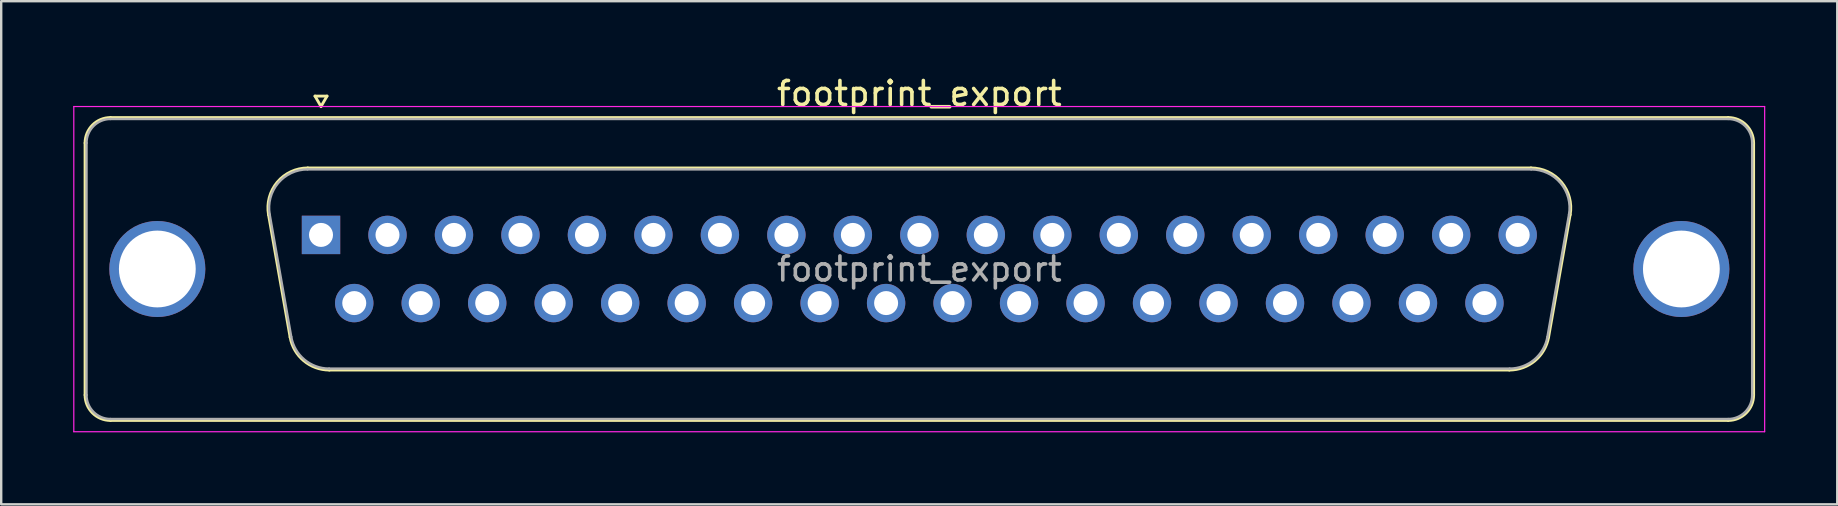
<source format=kicad_pcb>
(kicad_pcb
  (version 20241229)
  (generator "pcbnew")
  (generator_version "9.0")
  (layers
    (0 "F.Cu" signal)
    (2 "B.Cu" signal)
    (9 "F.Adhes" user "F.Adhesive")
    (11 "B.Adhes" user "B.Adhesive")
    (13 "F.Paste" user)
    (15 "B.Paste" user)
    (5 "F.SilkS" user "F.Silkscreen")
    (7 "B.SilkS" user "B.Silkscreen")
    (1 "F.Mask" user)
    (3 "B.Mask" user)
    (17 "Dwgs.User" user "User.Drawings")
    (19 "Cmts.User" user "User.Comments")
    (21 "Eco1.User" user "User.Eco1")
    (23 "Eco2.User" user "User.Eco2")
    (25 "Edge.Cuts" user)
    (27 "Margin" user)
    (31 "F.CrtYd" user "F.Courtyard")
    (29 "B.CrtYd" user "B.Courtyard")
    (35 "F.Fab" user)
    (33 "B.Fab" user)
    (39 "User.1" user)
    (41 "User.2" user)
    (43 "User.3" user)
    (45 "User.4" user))
  (footprint "footprint_export"
    (layer "F.Cu")
    (at 10.325 6.738)
    (property "Reference" "footprint_export" (at 24.93 -5.89 0) (layer "F.SilkS") (effects (font (size 1 1) (thickness 0.15))))
    (attr through_hole)
    (fp_line (start -9.83 6.67) (end -9.83 -3.83) (stroke (width 0.12) (type solid)) (layer "F.SilkS"))
    (fp_line (start -8.77 -4.89) (end 58.63 -4.89) (stroke (width 0.12) (type solid)) (layer "F.SilkS"))
    (fp_line (start -2.186 -0.842) (end -1.287 4.258) (stroke (width 0.12) (type solid)) (layer "F.SilkS"))
    (fp_line (start -0.552 -2.79) (end 50.412 -2.79) (stroke (width 0.12) (type solid)) (layer "F.SilkS"))
    (fp_line (start -0.25 -5.784) (end 0.25 -5.784) (stroke (width 0.12) (type solid)) (layer "F.SilkS"))
    (fp_line (start 0 -5.351) (end -0.25 -5.784) (stroke (width 0.12) (type solid)) (layer "F.SilkS"))
    (fp_line (start 0.25 -5.784) (end 0 -5.351) (stroke (width 0.12) (type solid)) (layer "F.SilkS"))
    (fp_line (start 0.348 5.63) (end 49.512 5.63) (stroke (width 0.12) (type solid)) (layer "F.SilkS"))
    (fp_line (start 52.046 -0.842) (end 51.147 4.258) (stroke (width 0.12) (type solid)) (layer "F.SilkS"))
    (fp_line (start 58.63 7.73) (end -8.77 7.73) (stroke (width 0.12) (type solid)) (layer "F.SilkS"))
    (fp_line (start 59.69 -3.83) (end 59.69 6.67) (stroke (width 0.12) (type solid)) (layer "F.SilkS"))
    (fp_arc (start -9.83 -3.83) (mid -9.519533 -4.579533) (end -8.77 -4.89) (stroke (width 0.12) (type solid)) (layer "F.SilkS"))
    (fp_arc (start -8.77 7.73) (mid -9.519533 7.419533) (end -9.83 6.67) (stroke (width 0.12) (type solid)) (layer "F.SilkS"))
    (fp_arc (start -2.18647 -0.841744) (mid -1.823323 -2.197028) (end -0.551689 -2.79) (stroke (width 0.12) (type solid)) (layer "F.SilkS"))
    (fp_arc (start 0.347579 5.63) (mid -0.719448 5.241634) (end -1.287202 4.258256) (stroke (width 0.12) (type solid)) (layer "F.SilkS"))
    (fp_arc (start 50.411689 -2.79) (mid 51.683323 -2.197027) (end 52.04647 -0.841744) (stroke (width 0.12) (type solid)) (layer "F.SilkS"))
    (fp_arc (start 51.147202 4.258256) (mid 50.579449 5.241634) (end 49.512421 5.63) (stroke (width 0.12) (type solid)) (layer "F.SilkS"))
    (fp_arc (start 58.63 -4.89) (mid 59.379533 -4.579533) (end 59.69 -3.83) (stroke (width 0.12) (type solid)) (layer "F.SilkS"))
    (fp_arc (start 59.69 6.67) (mid 59.379533 7.419533) (end 58.63 7.73) (stroke (width 0.12) (type solid)) (layer "F.SilkS"))
    (fp_line (start -10.3 -5.35) (end -10.3 8.2) (stroke (width 0.05) (type solid)) (layer "F.CrtYd"))
    (fp_line (start -10.3 8.2) (end 60.15 8.2) (stroke (width 0.05) (type solid)) (layer "F.CrtYd"))
    (fp_line (start 60.15 -5.35) (end -10.3 -5.35) (stroke (width 0.05) (type solid)) (layer "F.CrtYd"))
    (fp_line (start 60.15 8.2) (end 60.15 -5.35) (stroke (width 0.05) (type solid)) (layer "F.CrtYd"))
    (fp_line (start -9.77 6.67) (end -9.77 -3.83) (stroke (width 0.1) (type solid)) (layer "F.Fab"))
    (fp_line (start -8.77 -4.83) (end 58.63 -4.83) (stroke (width 0.1) (type solid)) (layer "F.Fab"))
    (fp_line (start -2.139 -0.852) (end -1.24 4.248) (stroke (width 0.1) (type solid)) (layer "F.Fab"))
    (fp_line (start -0.563 -2.73) (end 50.423 -2.73) (stroke (width 0.1) (type solid)) (layer "F.Fab"))
    (fp_line (start 0.336 5.57) (end 49.524 5.57) (stroke (width 0.1) (type solid)) (layer "F.Fab"))
    (fp_line (start 51.999 -0.852) (end 51.1 4.248) (stroke (width 0.1) (type solid)) (layer "F.Fab"))
    (fp_line (start 58.63 7.67) (end -8.77 7.67) (stroke (width 0.1) (type solid)) (layer "F.Fab"))
    (fp_line (start 59.63 -3.83) (end 59.63 6.67) (stroke (width 0.1) (type solid)) (layer "F.Fab"))
    (fp_arc (start -9.77 -3.83) (mid -9.477107 -4.537107) (end -8.77 -4.83) (stroke (width 0.1) (type solid)) (layer "F.Fab"))
    (fp_arc (start -8.77 7.67) (mid -9.477107 7.377107) (end -9.77 6.67) (stroke (width 0.1) (type solid)) (layer "F.Fab"))
    (fp_arc (start -2.138886 -0.852163) (mid -1.788865 -2.15846) (end -0.563194 -2.73) (stroke (width 0.1) (type solid)) (layer "F.Fab"))
    (fp_arc (start 0.336073 5.57) (mid -0.692387 5.195671) (end -1.239619 4.247837) (stroke (width 0.1) (type solid)) (layer "F.Fab"))
    (fp_arc (start 50.423194 -2.73) (mid 51.648865 -2.15846) (end 51.998886 -0.852163) (stroke (width 0.1) (type solid)) (layer "F.Fab"))
    (fp_arc (start 51.099619 4.247837) (mid 50.552387 5.195671) (end 49.523927 5.57) (stroke (width 0.1) (type solid)) (layer "F.Fab"))
    (fp_arc (start 58.63 -4.83) (mid 59.337107 -4.537107) (end 59.63 -3.83) (stroke (width 0.1) (type solid)) (layer "F.Fab"))
    (fp_arc (start 59.63 6.67) (mid 59.337107 7.377107) (end 58.63 7.67) (stroke (width 0.1) (type solid)) (layer "F.Fab"))
    (fp_text user "${REFERENCE}" (at 24.93 1.42 0) (layer "F.Fab") (effects (font (size 1 1) (thickness 0.15))))
    (pad "0" thru_hole circle (at -6.82 1.42) (size 4 4) (drill 3.2) (layers "*.Cu" "*.Mask"))
    (pad "0" thru_hole circle (at 56.68 1.42) (size 4 4) (drill 3.2) (layers "*.Cu" "*.Mask"))
    (pad "1" thru_hole rect (at 0 0) (size 1.6 1.6) (drill 1) (layers "*.Cu" "*.Mask"))
    (pad "2" thru_hole circle (at 2.77 0) (size 1.6 1.6) (drill 1) (layers "*.Cu" "*.Mask"))
    (pad "3" thru_hole circle (at 5.54 0) (size 1.6 1.6) (drill 1) (layers "*.Cu" "*.Mask"))
    (pad "4" thru_hole circle (at 8.31 0) (size 1.6 1.6) (drill 1) (layers "*.Cu" "*.Mask"))
    (pad "5" thru_hole circle (at 11.08 0) (size 1.6 1.6) (drill 1) (layers "*.Cu" "*.Mask"))
    (pad "6" thru_hole circle (at 13.85 0) (size 1.6 1.6) (drill 1) (layers "*.Cu" "*.Mask"))
    (pad "7" thru_hole circle (at 16.62 0) (size 1.6 1.6) (drill 1) (layers "*.Cu" "*.Mask"))
    (pad "8" thru_hole circle (at 19.39 0) (size 1.6 1.6) (drill 1) (layers "*.Cu" "*.Mask"))
    (pad "9" thru_hole circle (at 22.16 0) (size 1.6 1.6) (drill 1) (layers "*.Cu" "*.Mask"))
    (pad "10" thru_hole circle (at 24.93 0) (size 1.6 1.6) (drill 1) (layers "*.Cu" "*.Mask"))
    (pad "11" thru_hole circle (at 27.7 0) (size 1.6 1.6) (drill 1) (layers "*.Cu" "*.Mask"))
    (pad "12" thru_hole circle (at 30.47 0) (size 1.6 1.6) (drill 1) (layers "*.Cu" "*.Mask"))
    (pad "13" thru_hole circle (at 33.24 0) (size 1.6 1.6) (drill 1) (layers "*.Cu" "*.Mask"))
    (pad "14" thru_hole circle (at 36.01 0) (size 1.6 1.6) (drill 1) (layers "*.Cu" "*.Mask"))
    (pad "15" thru_hole circle (at 38.78 0) (size 1.6 1.6) (drill 1) (layers "*.Cu" "*.Mask"))
    (pad "16" thru_hole circle (at 41.55 0) (size 1.6 1.6) (drill 1) (layers "*.Cu" "*.Mask"))
    (pad "17" thru_hole circle (at 44.32 0) (size 1.6 1.6) (drill 1) (layers "*.Cu" "*.Mask"))
    (pad "18" thru_hole circle (at 47.09 0) (size 1.6 1.6) (drill 1) (layers "*.Cu" "*.Mask"))
    (pad "19" thru_hole circle (at 49.86 0) (size 1.6 1.6) (drill 1) (layers "*.Cu" "*.Mask"))
    (pad "20" thru_hole circle (at 1.385 2.84) (size 1.6 1.6) (drill 1) (layers "*.Cu" "*.Mask"))
    (pad "21" thru_hole circle (at 4.155 2.84) (size 1.6 1.6) (drill 1) (layers "*.Cu" "*.Mask"))
    (pad "22" thru_hole circle (at 6.925 2.84) (size 1.6 1.6) (drill 1) (layers "*.Cu" "*.Mask"))
    (pad "23" thru_hole circle (at 9.695 2.84) (size 1.6 1.6) (drill 1) (layers "*.Cu" "*.Mask"))
    (pad "24" thru_hole circle (at 12.465 2.84) (size 1.6 1.6) (drill 1) (layers "*.Cu" "*.Mask"))
    (pad "25" thru_hole circle (at 15.235 2.84) (size 1.6 1.6) (drill 1) (layers "*.Cu" "*.Mask"))
    (pad "26" thru_hole circle (at 18.005 2.84) (size 1.6 1.6) (drill 1) (layers "*.Cu" "*.Mask"))
    (pad "27" thru_hole circle (at 20.775 2.84) (size 1.6 1.6) (drill 1) (layers "*.Cu" "*.Mask"))
    (pad "28" thru_hole circle (at 23.545 2.84) (size 1.6 1.6) (drill 1) (layers "*.Cu" "*.Mask"))
    (pad "29" thru_hole circle (at 26.315 2.84) (size 1.6 1.6) (drill 1) (layers "*.Cu" "*.Mask"))
    (pad "30" thru_hole circle (at 29.085 2.84) (size 1.6 1.6) (drill 1) (layers "*.Cu" "*.Mask"))
    (pad "31" thru_hole circle (at 31.855 2.84) (size 1.6 1.6) (drill 1) (layers "*.Cu" "*.Mask"))
    (pad "32" thru_hole circle (at 34.625 2.84) (size 1.6 1.6) (drill 1) (layers "*.Cu" "*.Mask"))
    (pad "33" thru_hole circle (at 37.395 2.84) (size 1.6 1.6) (drill 1) (layers "*.Cu" "*.Mask"))
    (pad "34" thru_hole circle (at 40.165 2.84) (size 1.6 1.6) (drill 1) (layers "*.Cu" "*.Mask"))
    (pad "35" thru_hole circle (at 42.935 2.84) (size 1.6 1.6) (drill 1) (layers "*.Cu" "*.Mask"))
    (pad "36" thru_hole circle (at 45.705 2.84) (size 1.6 1.6) (drill 1) (layers "*.Cu" "*.Mask"))
    (pad "37" thru_hole circle (at 48.475 2.84) (size 1.6 1.6) (drill 1) (layers "*.Cu" "*.Mask")))
  (gr_rect
    (start -3 -3)
    (end 73.5 17.963)
    (stroke (width 0.1) (type default))
    (fill no)
    (layer "Edge.Cuts")))
</source>
